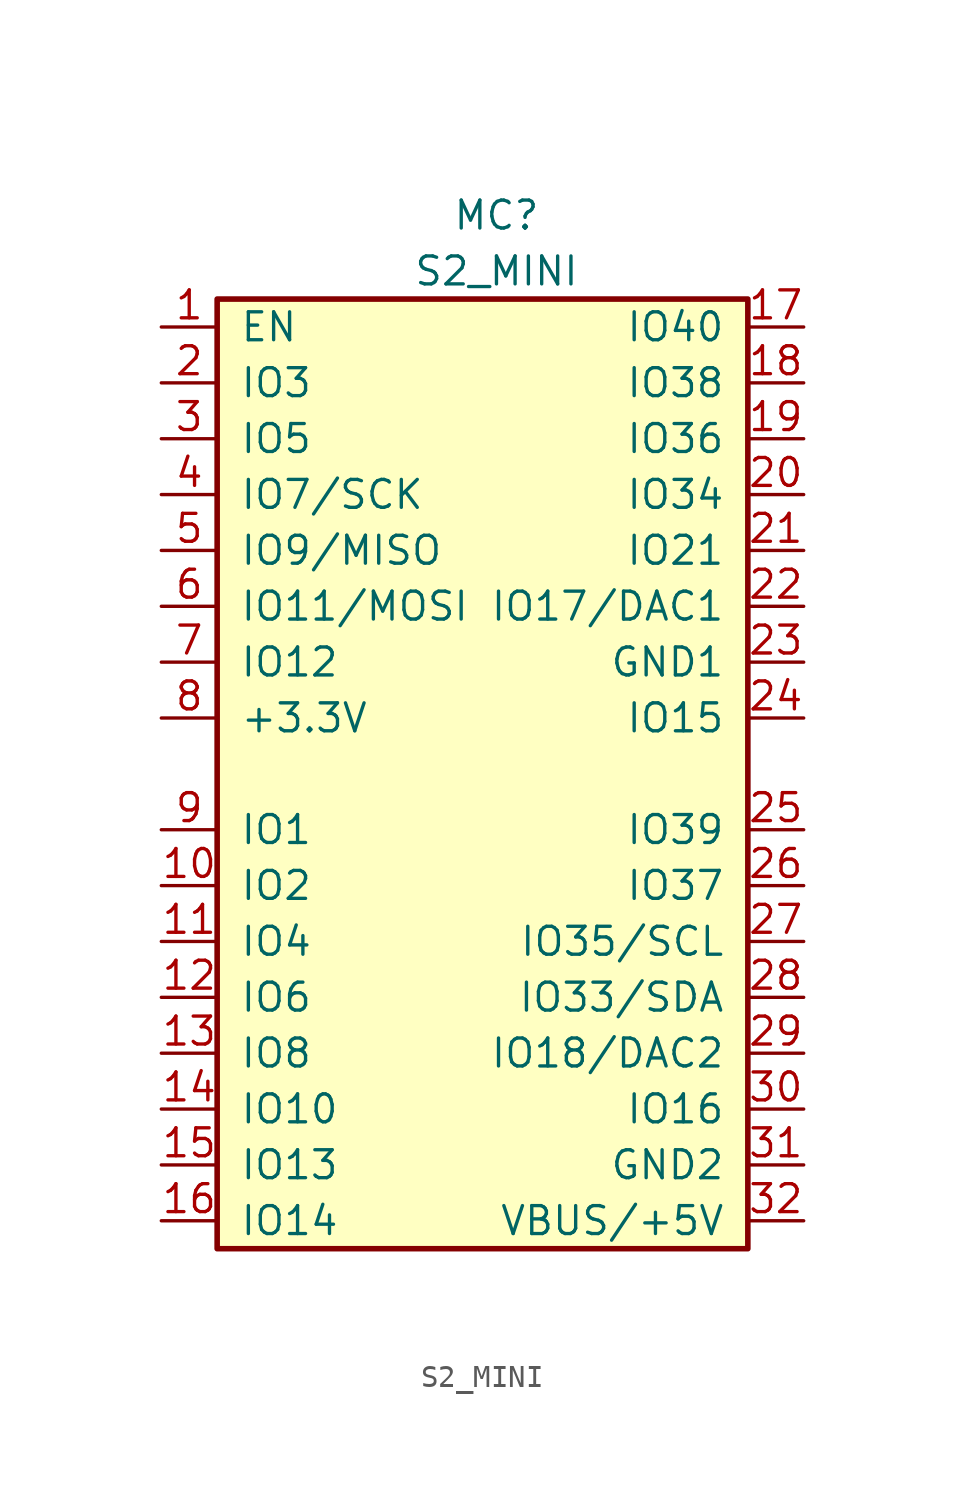
<source format=kicad_sym>
(kicad_symbol_lib
  (version 20231120)
  (generator "kicad_symbol_editor")
  (generator_version "8.0")
  (symbol "S2_MINI"
    (pin_names
      (offset 1.016))
    (property "Reference" "MC"
      (at 0 3.81 0)
      (effects (font (size 1.27 1.27))))
    (property "Value" "S2_MINI"
      (at 0 1.27 0)
      (effects (font (size 1.27 1.27))))
    (symbol "S2_MINI_0_0"
      (pin input line (at -15.24 -1.27 0) (length 2.54) (name "EN" (effects (font (size 1.27 1.27)))) (number "1" (effects (font (size 1.27 1.27)))))
      (pin bidirectional line (at -15.24 -26.67 0) (length 2.54) (name "IO2" (effects (font (size 1.27 1.27)))) (number "10" (effects (font (size 1.27 1.27)))))
      (pin bidirectional line (at -15.24 -29.21 0) (length 2.54) (name "IO4" (effects (font (size 1.27 1.27)))) (number "11" (effects (font (size 1.27 1.27)))))
      (pin bidirectional line (at -15.24 -31.75 0) (length 2.54) (name "IO6" (effects (font (size 1.27 1.27)))) (number "12" (effects (font (size 1.27 1.27)))))
      (pin bidirectional line (at -15.24 -34.29 0) (length 2.54) (name "IO8" (effects (font (size 1.27 1.27)))) (number "13" (effects (font (size 1.27 1.27)))))
      (pin bidirectional line (at -15.24 -36.83 0) (length 2.54) (name "IO10" (effects (font (size 1.27 1.27)))) (number "14" (effects (font (size 1.27 1.27)))))
      (pin bidirectional line (at -15.24 -39.37 0) (length 2.54) (name "IO13" (effects (font (size 1.27 1.27)))) (number "15" (effects (font (size 1.27 1.27)))))
      (pin bidirectional line (at -15.24 -41.91 0) (length 2.54) (name "IO14" (effects (font (size 1.27 1.27)))) (number "16" (effects (font (size 1.27 1.27)))))
      (pin bidirectional line (at 13.97 -1.27 180) (length 2.54) (name "IO40" (effects (font (size 1.27 1.27)))) (number "17" (effects (font (size 1.27 1.27)))))
      (pin bidirectional line (at 13.97 -3.81 180) (length 2.54) (name "IO38" (effects (font (size 1.27 1.27)))) (number "18" (effects (font (size 1.27 1.27)))))
      (pin bidirectional line (at 13.97 -6.35 180) (length 2.54) (name "IO36" (effects (font (size 1.27 1.27)))) (number "19" (effects (font (size 1.27 1.27)))))
      (pin bidirectional line (at -15.24 -3.81 0) (length 2.54) (name "IO3" (effects (font (size 1.27 1.27)))) (number "2" (effects (font (size 1.27 1.27)))))
      (pin bidirectional line (at 13.97 -8.89 180) (length 2.54) (name "IO34" (effects (font (size 1.27 1.27)))) (number "20" (effects (font (size 1.27 1.27)))))
      (pin bidirectional line (at 13.97 -11.43 180) (length 2.54) (name "IO21" (effects (font (size 1.27 1.27)))) (number "21" (effects (font (size 1.27 1.27)))))
      (pin bidirectional line (at 13.97 -13.97 180) (length 2.54) (name "IO17/DAC1" (effects (font (size 1.27 1.27)))) (number "22" (effects (font (size 1.27 1.27)))))
      (pin power_in line (at 13.97 -16.51 180) (length 2.54) (name "GND1" (effects (font (size 1.27 1.27)))) (number "23" (effects (font (size 1.27 1.27)))))
      (pin bidirectional line (at 13.97 -19.05 180) (length 2.54) (name "IO15" (effects (font (size 1.27 1.27)))) (number "24" (effects (font (size 1.27 1.27)))))
      (pin bidirectional line (at 13.97 -24.13 180) (length 2.54) (name "IO39" (effects (font (size 1.27 1.27)))) (number "25" (effects (font (size 1.27 1.27)))))
      (pin bidirectional line (at 13.97 -26.67 180) (length 2.54) (name "IO37" (effects (font (size 1.27 1.27)))) (number "26" (effects (font (size 1.27 1.27)))))
      (pin bidirectional line (at 13.97 -29.21 180) (length 2.54) (name "IO35/SCL" (effects (font (size 1.27 1.27)))) (number "27" (effects (font (size 1.27 1.27)))))
      (pin bidirectional line (at 13.97 -31.75 180) (length 2.54) (name "IO33/SDA" (effects (font (size 1.27 1.27)))) (number "28" (effects (font (size 1.27 1.27)))))
      (pin bidirectional line (at 13.97 -34.29 180) (length 2.54) (name "IO18/DAC2" (effects (font (size 1.27 1.27)))) (number "29" (effects (font (size 1.27 1.27)))))
      (pin bidirectional line (at -15.24 -6.35 0) (length 2.54) (name "IO5" (effects (font (size 1.27 1.27)))) (number "3" (effects (font (size 1.27 1.27)))))
      (pin bidirectional line (at 13.97 -36.83 180) (length 2.54) (name "IO16" (effects (font (size 1.27 1.27)))) (number "30" (effects (font (size 1.27 1.27)))))
      (pin power_in line (at 13.97 -39.37 180) (length 2.54) (name "GND2" (effects (font (size 1.27 1.27)))) (number "31" (effects (font (size 1.27 1.27)))))
      (pin input line (at 13.97 -41.91 180) (length 2.54) (name "VBUS/+5V" (effects (font (size 1.27 1.27)))) (number "32" (effects (font (size 1.27 1.27)))))
      (pin bidirectional line (at -15.24 -8.89 0) (length 2.54) (name "IO7/SCK" (effects (font (size 1.27 1.27)))) (number "4" (effects (font (size 1.27 1.27)))))
      (pin bidirectional line (at -15.24 -11.43 0) (length 2.54) (name "IO9/MISO" (effects (font (size 1.27 1.27)))) (number "5" (effects (font (size 1.27 1.27)))))
      (pin bidirectional line (at -15.24 -13.97 0) (length 2.54) (name "IO11/MOSI" (effects (font (size 1.27 1.27)))) (number "6" (effects (font (size 1.27 1.27)))))
      (pin bidirectional line (at -15.24 -16.51 0) (length 2.54) (name "IO12" (effects (font (size 1.27 1.27)))) (number "7" (effects (font (size 1.27 1.27)))))
      (pin power_in line (at -15.24 -19.05 0) (length 2.54) (name "+3.3V" (effects (font (size 1.27 1.27)))) (number "8" (effects (font (size 1.27 1.27)))))
      (pin bidirectional line (at -15.24 -24.13 0) (length 2.54) (name "IO1" (effects (font (size 1.27 1.27)))) (number "9" (effects (font (size 1.27 1.27))))))
    (symbol "S2_MINI_0_1"
      (rectangle (start -12.7 0) (end 11.43 -43.18) (stroke (width 0.254) (type default)) (fill (type background))))))
</source>
